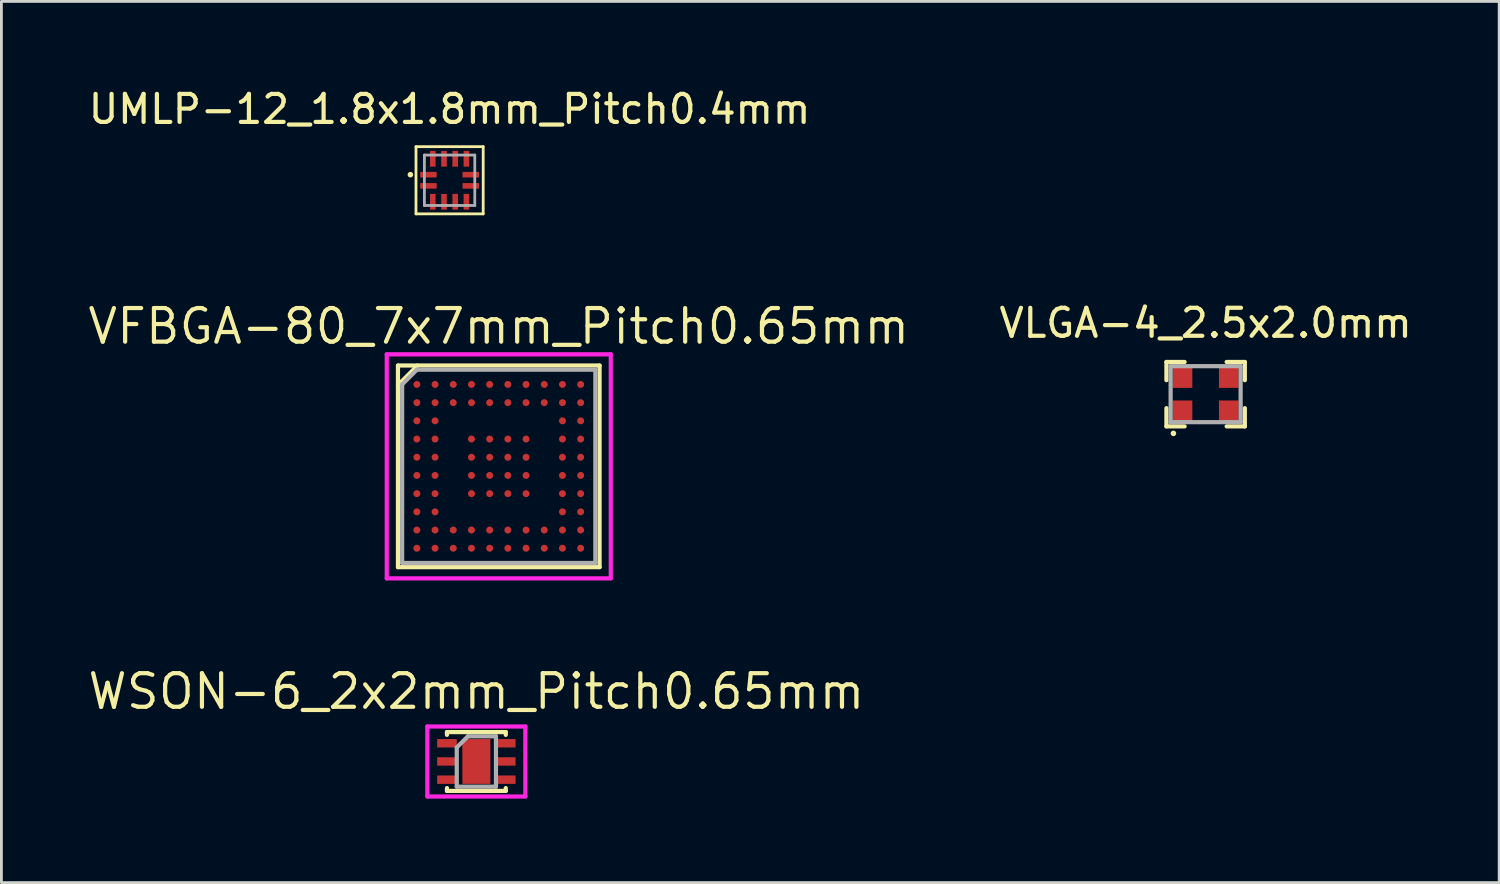
<source format=kicad_pcb>
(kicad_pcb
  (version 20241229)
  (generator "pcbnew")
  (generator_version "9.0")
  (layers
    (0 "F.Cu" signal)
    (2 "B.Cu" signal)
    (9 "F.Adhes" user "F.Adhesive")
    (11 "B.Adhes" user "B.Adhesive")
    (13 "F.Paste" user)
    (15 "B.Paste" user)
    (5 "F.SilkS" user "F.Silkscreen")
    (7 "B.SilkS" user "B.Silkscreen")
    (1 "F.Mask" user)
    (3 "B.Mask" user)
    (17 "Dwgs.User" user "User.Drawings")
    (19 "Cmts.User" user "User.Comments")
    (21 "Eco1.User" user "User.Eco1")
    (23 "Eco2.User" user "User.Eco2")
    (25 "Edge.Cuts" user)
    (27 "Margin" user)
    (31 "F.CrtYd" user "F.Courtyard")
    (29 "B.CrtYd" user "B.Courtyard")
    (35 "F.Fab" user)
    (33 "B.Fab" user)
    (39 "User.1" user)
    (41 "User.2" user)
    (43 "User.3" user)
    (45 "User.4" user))
  (footprint "VFBGA-80_7x7mm_Pitch0.65mm"
    (layer "F.Cu")
    (at 14.762 13.604)
    (property "Reference" "VFBGA-80_7x7mm_Pitch0.65mm" (at 0 -5 0) (layer "F.SilkS") (effects (font (size 1.2 1.2) (thickness 0.15))))
    (attr through_hole)
    (fp_line (start -3.6 -3.6) (end 3.6 -3.6) (stroke (width 0.15) (type solid)) (layer "F.SilkS"))
    (fp_line (start -3.6 3.6) (end -3.6 -3.6) (stroke (width 0.15) (type solid)) (layer "F.SilkS"))
    (fp_line (start -2.9 -3.6) (end -3.6 -2.9) (stroke (width 0.15) (type solid)) (layer "F.SilkS"))
    (fp_line (start 3.6 -3.6) (end 3.6 3.6) (stroke (width 0.15) (type solid)) (layer "F.SilkS"))
    (fp_line (start 3.6 3.6) (end -3.6 3.6) (stroke (width 0.15) (type solid)) (layer "F.SilkS"))
    (fp_line (start -4 -4) (end -4 4) (stroke (width 0.15) (type solid)) (layer "F.CrtYd"))
    (fp_line (start -4 4) (end 4 4) (stroke (width 0.15) (type solid)) (layer "F.CrtYd"))
    (fp_line (start 4 -4) (end -4 -4) (stroke (width 0.15) (type solid)) (layer "F.CrtYd"))
    (fp_line (start 4 4) (end 4 -4) (stroke (width 0.15) (type solid)) (layer "F.CrtYd"))
    (fp_line (start -3.45 -2.925) (end -3.45 3.45) (stroke (width 0.15) (type solid)) (layer "F.Fab"))
    (fp_line (start -3.45 3.45) (end 3.45 3.45) (stroke (width 0.15) (type solid)) (layer "F.Fab"))
    (fp_line (start -2.925 -3.45) (end -3.45 -2.925) (stroke (width 0.15) (type solid)) (layer "F.Fab"))
    (fp_line (start 3.45 -3.45) (end -2.925 -3.45) (stroke (width 0.15) (type solid)) (layer "F.Fab"))
    (fp_line (start 3.45 3.45) (end 3.45 -3.45) (stroke (width 0.15) (type solid)) (layer "F.Fab"))
    (pad "A1" smd circle (at -2.925 -2.925) (size 0.25 0.25) (layers "F.Cu" "F.Mask" "F.Paste"))
    (pad "A2" smd circle (at -2.275 -2.925) (size 0.25 0.25) (layers "F.Cu" "F.Mask" "F.Paste"))
    (pad "A3" smd circle (at -1.625 -2.925) (size 0.25 0.25) (layers "F.Cu" "F.Mask" "F.Paste"))
    (pad "A4" smd circle (at -0.975 -2.925) (size 0.25 0.25) (layers "F.Cu" "F.Mask" "F.Paste"))
    (pad "A5" smd circle (at -0.325 -2.925) (size 0.25 0.25) (layers "F.Cu" "F.Mask" "F.Paste"))
    (pad "A6" smd circle (at 0.325 -2.925) (size 0.25 0.25) (layers "F.Cu" "F.Mask" "F.Paste"))
    (pad "A7" smd circle (at 0.975 -2.925) (size 0.25 0.25) (layers "F.Cu" "F.Mask" "F.Paste"))
    (pad "A8" smd circle (at 1.625 -2.925) (size 0.25 0.25) (layers "F.Cu" "F.Mask" "F.Paste"))
    (pad "A9" smd circle (at 2.275 -2.925) (size 0.25 0.25) (layers "F.Cu" "F.Mask" "F.Paste"))
    (pad "A10" smd circle (at 2.925 -2.925) (size 0.25 0.25) (layers "F.Cu" "F.Mask" "F.Paste"))
    (pad "B1" smd circle (at -2.925 -2.275) (size 0.25 0.25) (layers "F.Cu" "F.Mask" "F.Paste"))
    (pad "B2" smd circle (at -2.275 -2.275) (size 0.25 0.25) (layers "F.Cu" "F.Mask" "F.Paste"))
    (pad "B3" smd circle (at -1.625 -2.275) (size 0.25 0.25) (layers "F.Cu" "F.Mask" "F.Paste"))
    (pad "B4" smd circle (at -0.975 -2.275) (size 0.25 0.25) (layers "F.Cu" "F.Mask" "F.Paste"))
    (pad "B5" smd circle (at -0.325 -2.275) (size 0.25 0.25) (layers "F.Cu" "F.Mask" "F.Paste"))
    (pad "B6" smd circle (at 0.325 -2.275) (size 0.25 0.25) (layers "F.Cu" "F.Mask" "F.Paste"))
    (pad "B7" smd circle (at 0.975 -2.275) (size 0.25 0.25) (layers "F.Cu" "F.Mask" "F.Paste"))
    (pad "B8" smd circle (at 1.625 -2.275) (size 0.25 0.25) (layers "F.Cu" "F.Mask" "F.Paste"))
    (pad "B9" smd circle (at 2.275 -2.275) (size 0.25 0.25) (layers "F.Cu" "F.Mask" "F.Paste"))
    (pad "B10" smd circle (at 2.925 -2.275) (size 0.25 0.25) (layers "F.Cu" "F.Mask" "F.Paste"))
    (pad "C1" smd circle (at -2.925 -1.625) (size 0.25 0.25) (layers "F.Cu" "F.Mask" "F.Paste"))
    (pad "C2" smd circle (at -2.275 -1.625) (size 0.25 0.25) (layers "F.Cu" "F.Mask" "F.Paste"))
    (pad "C9" smd circle (at 2.275 -1.625) (size 0.25 0.25) (layers "F.Cu" "F.Mask" "F.Paste"))
    (pad "C10" smd circle (at 2.925 -1.625) (size 0.25 0.25) (layers "F.Cu" "F.Mask" "F.Paste"))
    (pad "D1" smd circle (at -2.925 -0.975) (size 0.25 0.25) (layers "F.Cu" "F.Mask" "F.Paste"))
    (pad "D2" smd circle (at -2.275 -0.975) (size 0.25 0.25) (layers "F.Cu" "F.Mask" "F.Paste"))
    (pad "D4" smd circle (at -0.975 -0.975) (size 0.25 0.25) (layers "F.Cu" "F.Mask" "F.Paste"))
    (pad "D5" smd circle (at -0.325 -0.975) (size 0.25 0.25) (layers "F.Cu" "F.Mask" "F.Paste"))
    (pad "D6" smd circle (at 0.325 -0.975) (size 0.25 0.25) (layers "F.Cu" "F.Mask" "F.Paste"))
    (pad "D7" smd circle (at 0.975 -0.975) (size 0.25 0.25) (layers "F.Cu" "F.Mask" "F.Paste"))
    (pad "D9" smd circle (at 2.275 -0.975) (size 0.25 0.25) (layers "F.Cu" "F.Mask" "F.Paste"))
    (pad "D10" smd circle (at 2.925 -0.975) (size 0.25 0.25) (layers "F.Cu" "F.Mask" "F.Paste"))
    (pad "E1" smd circle (at -2.925 -0.325) (size 0.25 0.25) (layers "F.Cu" "F.Mask" "F.Paste"))
    (pad "E2" smd circle (at -2.275 -0.325) (size 0.25 0.25) (layers "F.Cu" "F.Mask" "F.Paste"))
    (pad "E4" smd circle (at -0.975 -0.325) (size 0.25 0.25) (layers "F.Cu" "F.Mask" "F.Paste"))
    (pad "E5" smd circle (at -0.325 -0.325) (size 0.25 0.25) (layers "F.Cu" "F.Mask" "F.Paste"))
    (pad "E6" smd circle (at 0.325 -0.325) (size 0.25 0.25) (layers "F.Cu" "F.Mask" "F.Paste"))
    (pad "E7" smd circle (at 0.975 -0.325) (size 0.25 0.25) (layers "F.Cu" "F.Mask" "F.Paste"))
    (pad "E9" smd circle (at 2.275 -0.325) (size 0.25 0.25) (layers "F.Cu" "F.Mask" "F.Paste"))
    (pad "E10" smd circle (at 2.925 -0.325) (size 0.25 0.25) (layers "F.Cu" "F.Mask" "F.Paste"))
    (pad "F1" smd circle (at -2.925 0.325) (size 0.25 0.25) (layers "F.Cu" "F.Mask" "F.Paste"))
    (pad "F2" smd circle (at -2.275 0.325) (size 0.25 0.25) (layers "F.Cu" "F.Mask" "F.Paste"))
    (pad "F4" smd circle (at -0.975 0.325) (size 0.25 0.25) (layers "F.Cu" "F.Mask" "F.Paste"))
    (pad "F5" smd circle (at -0.325 0.325) (size 0.25 0.25) (layers "F.Cu" "F.Mask" "F.Paste"))
    (pad "F6" smd circle (at 0.325 0.325) (size 0.25 0.25) (layers "F.Cu" "F.Mask" "F.Paste"))
    (pad "F7" smd circle (at 0.975 0.325) (size 0.25 0.25) (layers "F.Cu" "F.Mask" "F.Paste"))
    (pad "F9" smd circle (at 2.275 0.325) (size 0.25 0.25) (layers "F.Cu" "F.Mask" "F.Paste"))
    (pad "F10" smd circle (at 2.925 0.325) (size 0.25 0.25) (layers "F.Cu" "F.Mask" "F.Paste"))
    (pad "G1" smd circle (at -2.925 0.975) (size 0.25 0.25) (layers "F.Cu" "F.Mask" "F.Paste"))
    (pad "G2" smd circle (at -2.275 0.975) (size 0.25 0.25) (layers "F.Cu" "F.Mask" "F.Paste"))
    (pad "G4" smd circle (at -0.975 0.975) (size 0.25 0.25) (layers "F.Cu" "F.Mask" "F.Paste"))
    (pad "G5" smd circle (at -0.325 0.975) (size 0.25 0.25) (layers "F.Cu" "F.Mask" "F.Paste"))
    (pad "G6" smd circle (at 0.325 0.975) (size 0.25 0.25) (layers "F.Cu" "F.Mask" "F.Paste"))
    (pad "G7" smd circle (at 0.975 0.975) (size 0.25 0.25) (layers "F.Cu" "F.Mask" "F.Paste"))
    (pad "G9" smd circle (at 2.275 0.975) (size 0.25 0.25) (layers "F.Cu" "F.Mask" "F.Paste"))
    (pad "G10" smd circle (at 2.925 0.975) (size 0.25 0.25) (layers "F.Cu" "F.Mask" "F.Paste"))
    (pad "H1" smd circle (at -2.925 1.625) (size 0.25 0.25) (layers "F.Cu" "F.Mask" "F.Paste"))
    (pad "H2" smd circle (at -2.275 1.625) (size 0.25 0.25) (layers "F.Cu" "F.Mask" "F.Paste"))
    (pad "H9" smd circle (at 2.275 1.625) (size 0.25 0.25) (layers "F.Cu" "F.Mask" "F.Paste"))
    (pad "H10" smd circle (at 2.925 1.625) (size 0.25 0.25) (layers "F.Cu" "F.Mask" "F.Paste"))
    (pad "J1" smd circle (at -2.925 2.275) (size 0.25 0.25) (layers "F.Cu" "F.Mask" "F.Paste"))
    (pad "J2" smd circle (at -2.275 2.275) (size 0.25 0.25) (layers "F.Cu" "F.Mask" "F.Paste"))
    (pad "J3" smd circle (at -1.625 2.275) (size 0.25 0.25) (layers "F.Cu" "F.Mask" "F.Paste"))
    (pad "J4" smd circle (at -0.975 2.275) (size 0.25 0.25) (layers "F.Cu" "F.Mask" "F.Paste"))
    (pad "J5" smd circle (at -0.325 2.275) (size 0.25 0.25) (layers "F.Cu" "F.Mask" "F.Paste"))
    (pad "J6" smd circle (at 0.325 2.275) (size 0.25 0.25) (layers "F.Cu" "F.Mask" "F.Paste"))
    (pad "J7" smd circle (at 0.975 2.275) (size 0.25 0.25) (layers "F.Cu" "F.Mask" "F.Paste"))
    (pad "J8" smd circle (at 1.625 2.275) (size 0.25 0.25) (layers "F.Cu" "F.Mask" "F.Paste"))
    (pad "J9" smd circle (at 2.275 2.275) (size 0.25 0.25) (layers "F.Cu" "F.Mask" "F.Paste"))
    (pad "J10" smd circle (at 2.925 2.275) (size 0.25 0.25) (layers "F.Cu" "F.Mask" "F.Paste"))
    (pad "K1" smd circle (at -2.925 2.925) (size 0.25 0.25) (layers "F.Cu" "F.Mask" "F.Paste"))
    (pad "K2" smd circle (at -2.275 2.925) (size 0.25 0.25) (layers "F.Cu" "F.Mask" "F.Paste"))
    (pad "K3" smd circle (at -1.625 2.925) (size 0.25 0.25) (layers "F.Cu" "F.Mask" "F.Paste"))
    (pad "K4" smd circle (at -0.975 2.925) (size 0.25 0.25) (layers "F.Cu" "F.Mask" "F.Paste"))
    (pad "K5" smd circle (at -0.325 2.925) (size 0.25 0.25) (layers "F.Cu" "F.Mask" "F.Paste"))
    (pad "K6" smd circle (at 0.325 2.925) (size 0.25 0.25) (layers "F.Cu" "F.Mask" "F.Paste"))
    (pad "K7" smd circle (at 0.975 2.925) (size 0.25 0.25) (layers "F.Cu" "F.Mask" "F.Paste"))
    (pad "K8" smd circle (at 1.625 2.925) (size 0.25 0.25) (layers "F.Cu" "F.Mask" "F.Paste"))
    (pad "K9" smd circle (at 2.275 2.925) (size 0.25 0.25) (layers "F.Cu" "F.Mask" "F.Paste"))
    (pad "K10" smd circle (at 2.925 2.925) (size 0.25 0.25) (layers "F.Cu" "F.Mask" "F.Paste")))
  (footprint "WSON-6_2x2mm_Pitch0.65mm"
    (layer "F.Cu")
    (at 13.962 24.144)
    (property "Reference" "WSON-6_2x2mm_Pitch0.65mm" (at 0 -2.5 180) (layer "F.SilkS") (effects (font (size 1.2 1.2) (thickness 0.15))))
    (attr through_hole)
    (fp_line (start -1.05 -1.05) (end -1.05 -0.95) (stroke (width 0.15) (type solid)) (layer "F.SilkS"))
    (fp_line (start -1.05 1.05) (end -1.05 0.95) (stroke (width 0.15) (type solid)) (layer "F.SilkS"))
    (fp_line (start -1.05 1.05) (end 1.05 1.05) (stroke (width 0.15) (type solid)) (layer "F.SilkS"))
    (fp_line (start 1.05 -1.05) (end -1.05 -1.05) (stroke (width 0.15) (type solid)) (layer "F.SilkS"))
    (fp_line (start 1.05 -1.05) (end 1.05 -0.95) (stroke (width 0.15) (type solid)) (layer "F.SilkS"))
    (fp_line (start 1.05 1.05) (end 1.05 0.95) (stroke (width 0.15) (type solid)) (layer "F.SilkS"))
    (fp_line (start -1.75 -1.25) (end -1.75 1.25) (stroke (width 0.15) (type solid)) (layer "F.CrtYd"))
    (fp_line (start -1.75 1.25) (end 1.75 1.25) (stroke (width 0.15) (type solid)) (layer "F.CrtYd"))
    (fp_line (start 1.75 -1.25) (end -1.75 -1.25) (stroke (width 0.15) (type solid)) (layer "F.CrtYd"))
    (fp_line (start 1.75 1.25) (end 1.75 -1.25) (stroke (width 0.15) (type solid)) (layer "F.CrtYd"))
    (fp_line (start -0.7 -0.5) (end -0.3 -0.9) (stroke (width 0.15) (type solid)) (layer "F.Fab"))
    (fp_line (start -0.7 0.9) (end -0.7 -0.5) (stroke (width 0.15) (type solid)) (layer "F.Fab"))
    (fp_line (start -0.3 -0.9) (end 0.7 -0.9) (stroke (width 0.15) (type solid)) (layer "F.Fab"))
    (fp_line (start 0.7 -0.9) (end 0.7 0.9) (stroke (width 0.15) (type solid)) (layer "F.Fab"))
    (fp_line (start 0.7 0.9) (end -0.7 0.9) (stroke (width 0.15) (type solid)) (layer "F.Fab"))
    (pad "1" smd rect (at -1.05 -0.65 270) (size 0.3 0.7) (layers "F.Cu" "F.Mask" "F.Paste"))
    (pad "2" smd rect (at -1.05 0 270) (size 0.3 0.7) (layers "F.Cu" "F.Mask" "F.Paste"))
    (pad "3" smd rect (at -1.05 0.65 270) (size 0.3 0.7) (layers "F.Cu" "F.Mask" "F.Paste"))
    (pad "4" smd rect (at 1.05 0.65 270) (size 0.3 0.7) (layers "F.Cu" "F.Mask" "F.Paste"))
    (pad "5" smd rect (at 1.05 0 270) (size 0.3 0.7) (layers "F.Cu" "F.Mask" "F.Paste"))
    (pad "6" smd rect (at 1.05 -0.65 270) (size 0.3 0.7) (layers "F.Cu" "F.Mask" "F.Paste"))
    (pad "7" smd rect (at 0 0 270) (size 1.6 1) (layers "F.Cu" "F.Mask" "F.Paste")))
  (footprint "VLGA-4_2.5x2.0mm"
    (layer "F.Cu")
    (at 40.006 11.027)
    (property "Reference" "VLGA-4_2.5x2.0mm" (at 0 -2.54 0) (layer "F.SilkS") (effects (font (size 1 1) (thickness 0.15))))
    (attr through_hole)
    (fp_line (start -1.4 -1.15) (end -1.4 -0.5) (stroke (width 0.15) (type solid)) (layer "F.SilkS"))
    (fp_line (start -1.4 0.5) (end -1.4 1.15) (stroke (width 0.15) (type solid)) (layer "F.SilkS"))
    (fp_line (start -0.75 -1.15) (end -1.4 -1.15) (stroke (width 0.15) (type solid)) (layer "F.SilkS"))
    (fp_line (start -0.75 1.15) (end -1.4 1.15) (stroke (width 0.15) (type solid)) (layer "F.SilkS"))
    (fp_line (start 1.4 -1.15) (end 0.75 -1.15) (stroke (width 0.15) (type solid)) (layer "F.SilkS"))
    (fp_line (start 1.4 -0.5) (end 1.4 -1.15) (stroke (width 0.15) (type solid)) (layer "F.SilkS"))
    (fp_line (start 1.4 1.15) (end 0.75 1.15) (stroke (width 0.15) (type solid)) (layer "F.SilkS"))
    (fp_line (start 1.4 1.15) (end 1.4 0.5) (stroke (width 0.15) (type solid)) (layer "F.SilkS"))
    (fp_circle (center -1.15 1.4) (end -1.15 1.45) (stroke (width 0.1) (type solid)) (fill no) (layer "F.SilkS"))
    (fp_line (start -1.25 -1) (end -1.25 1) (stroke (width 0.15) (type solid)) (layer "F.Fab"))
    (fp_line (start -1.25 1) (end 1.25 1) (stroke (width 0.15) (type solid)) (layer "F.Fab"))
    (fp_line (start 1.25 -1) (end -1.25 -1) (stroke (width 0.15) (type solid)) (layer "F.Fab"))
    (fp_line (start 1.25 1) (end 1.25 -1) (stroke (width 0.15) (type solid)) (layer "F.Fab"))
    (pad "1" smd rect (at -0.825 0.625) (size 0.7 0.8) (layers "F.Cu" "F.Mask" "F.Paste"))
    (pad "2" smd rect (at 0.825 0.625) (size 0.7 0.8) (layers "F.Cu" "F.Mask" "F.Paste"))
    (pad "3" smd rect (at 0.825 -0.625) (size 0.7 0.8) (layers "F.Cu" "F.Mask" "F.Paste"))
    (pad "4" smd rect (at -0.825 -0.625) (size 0.7 0.8) (layers "F.Cu" "F.Mask" "F.Paste")))
  (footprint "UMLP-12_1.8x1.8mm_Pitch0.4mm"
    (layer "F.Cu")
    (at 13.006 3.388)
    (property "Reference" "UMLP-12_1.8x1.8mm_Pitch0.4mm" (at 0 -2.54 0) (layer "F.SilkS") (effects (font (size 1 1) (thickness 0.15))))
    (attr through_hole)
    (fp_line (start -1.2 -1.2) (end -1.2 1.2) (stroke (width 0.1) (type solid)) (layer "F.SilkS"))
    (fp_line (start -1.2 1.2) (end 1.2 1.2) (stroke (width 0.1) (type solid)) (layer "F.SilkS"))
    (fp_line (start 1.2 -1.2) (end -1.2 -1.2) (stroke (width 0.1) (type solid)) (layer "F.SilkS"))
    (fp_line (start 1.2 1.2) (end 1.2 -1.2) (stroke (width 0.1) (type solid)) (layer "F.SilkS"))
    (fp_circle (center -1.4 -0.2) (end -1.4 -0.15) (stroke (width 0.1) (type solid)) (fill no) (layer "F.SilkS"))
    (fp_line (start -0.9 -0.9) (end 0.9 -0.9) (stroke (width 0.1) (type solid)) (layer "F.Fab"))
    (fp_line (start -0.9 0.9) (end -0.9 -0.9) (stroke (width 0.1) (type solid)) (layer "F.Fab"))
    (fp_line (start 0.9 -0.9) (end 0.9 0.9) (stroke (width 0.1) (type solid)) (layer "F.Fab"))
    (fp_line (start 0.9 0.9) (end -0.9 0.9) (stroke (width 0.1) (type solid)) (layer "F.Fab"))
    (pad "1" smd rect (at -0.756 -0.2) (size 0.588 0.2) (layers "F.Cu" "F.Mask" "F.Paste"))
    (pad "2" smd rect (at -0.756 0.2) (size 0.588 0.2) (layers "F.Cu" "F.Mask" "F.Paste"))
    (pad "3" smd rect (at -0.6 0.768) (size 0.2 0.563) (layers "F.Cu" "F.Mask" "F.Paste"))
    (pad "4" smd rect (at -0.2 0.768) (size 0.2 0.563) (layers "F.Cu" "F.Mask" "F.Paste"))
    (pad "5" smd rect (at 0.2 0.768) (size 0.2 0.563) (layers "F.Cu" "F.Mask" "F.Paste"))
    (pad "6" smd rect (at 0.6 0.768) (size 0.2 0.563) (layers "F.Cu" "F.Mask" "F.Paste"))
    (pad "7" smd rect (at 0.756 0.2) (size 0.588 0.2) (layers "F.Cu" "F.Mask" "F.Paste"))
    (pad "8" smd rect (at 0.756 -0.2) (size 0.588 0.2) (layers "F.Cu" "F.Mask" "F.Paste"))
    (pad "9" smd rect (at 0.6 -0.768) (size 0.2 0.563) (layers "F.Cu" "F.Mask" "F.Paste"))
    (pad "10" smd rect (at 0.2 -0.768) (size 0.2 0.563) (layers "F.Cu" "F.Mask" "F.Paste"))
    (pad "11" smd rect (at -0.2 -0.768) (size 0.2 0.563) (layers "F.Cu" "F.Mask" "F.Paste"))
    (pad "12" smd rect (at -0.6 -0.768) (size 0.2 0.563) (layers "F.Cu" "F.Mask" "F.Paste")))
  (gr_rect
    (start -3 -3)
    (end 50.489 28.469)
    (stroke (width 0.1) (type default))
    (fill no)
    (layer "Edge.Cuts")))
</source>
